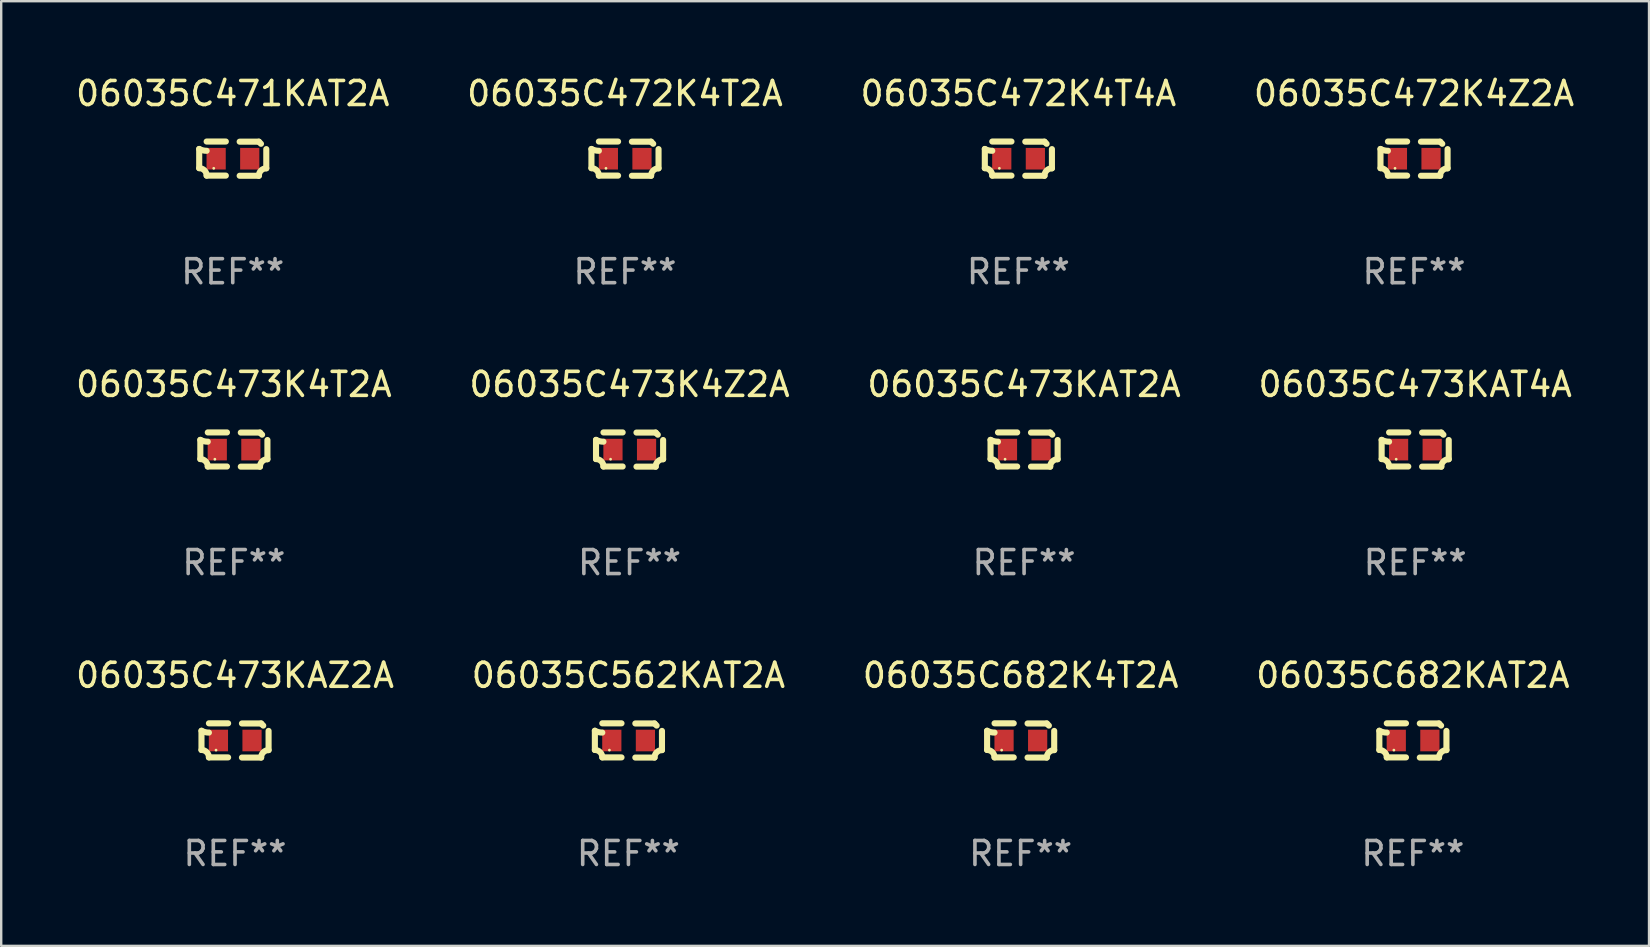
<source format=kicad_pcb>
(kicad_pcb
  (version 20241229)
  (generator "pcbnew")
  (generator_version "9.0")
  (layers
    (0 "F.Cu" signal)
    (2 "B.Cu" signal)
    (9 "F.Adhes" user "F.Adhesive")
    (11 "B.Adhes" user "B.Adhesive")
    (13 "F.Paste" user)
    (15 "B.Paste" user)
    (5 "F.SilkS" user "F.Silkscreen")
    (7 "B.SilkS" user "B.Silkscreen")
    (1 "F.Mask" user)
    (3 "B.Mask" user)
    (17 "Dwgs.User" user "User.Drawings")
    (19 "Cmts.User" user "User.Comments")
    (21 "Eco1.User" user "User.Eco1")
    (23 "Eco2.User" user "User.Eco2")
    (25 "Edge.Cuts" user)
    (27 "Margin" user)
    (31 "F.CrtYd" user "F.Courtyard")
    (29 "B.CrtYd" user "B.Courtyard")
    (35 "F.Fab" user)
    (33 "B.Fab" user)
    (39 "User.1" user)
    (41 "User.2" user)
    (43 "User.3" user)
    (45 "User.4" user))
  (footprint "06035C471KAT2A"
    (layer "F.Cu")
    (at 6.649 3.561)
    (property "Reference" "06035C471KAT2A" (at 0 -2.713 0) (layer "F.SilkS") (effects (font (size 1 1) (thickness 0.15))))
    (attr through_hole)
    (fp_line (start -1.398 -0.403) (end -1.398 0.397) (stroke (width 0.254) (type solid)) (layer "F.SilkS"))
    (fp_line (start -0.288 -0.713) (end -1.088 -0.713) (stroke (width 0.254) (type solid)) (layer "F.SilkS"))
    (fp_line (start -0.288 0.707) (end -1.088 0.707) (stroke (width 0.254) (type solid)) (layer "F.SilkS"))
    (fp_line (start 0.288 -0.707) (end 1.088 -0.707) (stroke (width 0.254) (type solid)) (layer "F.SilkS"))
    (fp_line (start 0.288 0.713) (end 1.088 0.713) (stroke (width 0.254) (type solid)) (layer "F.SilkS"))
    (fp_line (start 1.398 -0.397) (end 1.398 0.403) (stroke (width 0.254) (type solid)) (layer "F.SilkS"))
    (fp_arc (start -1.397789 0.397066) (mid -1.178701 0.487826) (end -1.08796 0.706922) (stroke (width 0.254001) (type solid)) (layer "F.SilkS"))
    (fp_arc (start -1.08796 -0.327176) (mid -1.247436 -0.346384) (end -1.39779 -0.402908) (stroke (width 0.254001) (type solid)) (layer "F.SilkS"))
    (fp_arc (start 1.087909 0.712738) (mid 1.178656 0.493655) (end 1.397739 0.402908) (stroke (width 0.254001) (type solid)) (layer "F.SilkS"))
    (fp_arc (start 1.175925 -0.618926) (mid 1.131917 -0.662923) (end 1.08791 -0.706922) (stroke (width 0.254001) (type solid)) (layer "F.SilkS"))
    (fp_circle (center -0.792 0.403) (end -0.762 0.403) (stroke (width 0.06) (type solid)) (fill no) (layer "F.SilkS"))
    (fp_text user "REF**" (at 0 4.713 0) (layer "F.Fab") (effects (font (size 1 1) (thickness 0.15))))
    (pad "1" smd rect (at -0.692 0.003) (size 0.8 0.9) (layers "F.Cu" "F.Mask" "F.Paste"))
    (pad "2" smd rect (at 0.708 0.003) (size 0.8 0.9) (layers "F.Cu" "F.Mask" "F.Paste")))
  (footprint "06035C472K4T4A"
    (layer "F.Cu")
    (at 39.387 3.561)
    (property "Reference" "06035C472K4T4A" (at 0 -2.713 0) (layer "F.SilkS") (effects (font (size 1 1) (thickness 0.15))))
    (attr through_hole)
    (fp_line (start -1.398 -0.403) (end -1.398 0.397) (stroke (width 0.254) (type solid)) (layer "F.SilkS"))
    (fp_line (start -0.288 -0.713) (end -1.088 -0.713) (stroke (width 0.254) (type solid)) (layer "F.SilkS"))
    (fp_line (start -0.288 0.707) (end -1.088 0.707) (stroke (width 0.254) (type solid)) (layer "F.SilkS"))
    (fp_line (start 0.288 -0.707) (end 1.088 -0.707) (stroke (width 0.254) (type solid)) (layer "F.SilkS"))
    (fp_line (start 0.288 0.713) (end 1.088 0.713) (stroke (width 0.254) (type solid)) (layer "F.SilkS"))
    (fp_line (start 1.398 -0.397) (end 1.398 0.403) (stroke (width 0.254) (type solid)) (layer "F.SilkS"))
    (fp_arc (start -1.397789 0.397066) (mid -1.178701 0.487826) (end -1.08796 0.706922) (stroke (width 0.254001) (type solid)) (layer "F.SilkS"))
    (fp_arc (start -1.08796 -0.327176) (mid -1.247436 -0.346384) (end -1.39779 -0.402908) (stroke (width 0.254001) (type solid)) (layer "F.SilkS"))
    (fp_arc (start 1.087909 0.712738) (mid 1.178656 0.493655) (end 1.397739 0.402908) (stroke (width 0.254001) (type solid)) (layer "F.SilkS"))
    (fp_arc (start 1.175925 -0.618926) (mid 1.131917 -0.662923) (end 1.08791 -0.706922) (stroke (width 0.254001) (type solid)) (layer "F.SilkS"))
    (fp_circle (center -0.792 0.403) (end -0.762 0.403) (stroke (width 0.06) (type solid)) (fill no) (layer "F.SilkS"))
    (fp_text user "REF**" (at 0 4.713 0) (layer "F.Fab") (effects (font (size 1 1) (thickness 0.15))))
    (pad "1" smd rect (at -0.692 0.003) (size 0.8 0.9) (layers "F.Cu" "F.Mask" "F.Paste"))
    (pad "2" smd rect (at 0.708 0.003) (size 0.8 0.9) (layers "F.Cu" "F.Mask" "F.Paste")))
  (footprint "06035C472K4T2A"
    (layer "F.Cu")
    (at 22.994 3.561)
    (property "Reference" "06035C472K4T2A" (at 0 -2.713 0) (layer "F.SilkS") (effects (font (size 1 1) (thickness 0.15))))
    (attr through_hole)
    (fp_line (start -1.398 -0.403) (end -1.398 0.397) (stroke (width 0.254) (type solid)) (layer "F.SilkS"))
    (fp_line (start -0.288 -0.713) (end -1.088 -0.713) (stroke (width 0.254) (type solid)) (layer "F.SilkS"))
    (fp_line (start -0.288 0.707) (end -1.088 0.707) (stroke (width 0.254) (type solid)) (layer "F.SilkS"))
    (fp_line (start 0.288 -0.707) (end 1.088 -0.707) (stroke (width 0.254) (type solid)) (layer "F.SilkS"))
    (fp_line (start 0.288 0.713) (end 1.088 0.713) (stroke (width 0.254) (type solid)) (layer "F.SilkS"))
    (fp_line (start 1.398 -0.397) (end 1.398 0.403) (stroke (width 0.254) (type solid)) (layer "F.SilkS"))
    (fp_arc (start -1.397789 0.397066) (mid -1.178701 0.487826) (end -1.08796 0.706922) (stroke (width 0.254001) (type solid)) (layer "F.SilkS"))
    (fp_arc (start -1.08796 -0.327176) (mid -1.247436 -0.346384) (end -1.39779 -0.402908) (stroke (width 0.254001) (type solid)) (layer "F.SilkS"))
    (fp_arc (start 1.087909 0.712738) (mid 1.178656 0.493655) (end 1.397739 0.402908) (stroke (width 0.254001) (type solid)) (layer "F.SilkS"))
    (fp_arc (start 1.175925 -0.618926) (mid 1.131917 -0.662923) (end 1.08791 -0.706922) (stroke (width 0.254001) (type solid)) (layer "F.SilkS"))
    (fp_circle (center -0.792 0.403) (end -0.762 0.403) (stroke (width 0.06) (type solid)) (fill no) (layer "F.SilkS"))
    (fp_text user "REF**" (at 0 4.713 0) (layer "F.Fab") (effects (font (size 1 1) (thickness 0.15))))
    (pad "1" smd rect (at -0.692 0.003) (size 0.8 0.9) (layers "F.Cu" "F.Mask" "F.Paste"))
    (pad "2" smd rect (at 0.708 0.003) (size 0.8 0.9) (layers "F.Cu" "F.Mask" "F.Paste")))
  (footprint "06035C473K4T2A"
    (layer "F.Cu")
    (at 6.696 15.683)
    (property "Reference" "06035C473K4T2A" (at 0 -2.713 0) (layer "F.SilkS") (effects (font (size 1 1) (thickness 0.15))))
    (attr through_hole)
    (fp_line (start -1.398 -0.403) (end -1.398 0.397) (stroke (width 0.254) (type solid)) (layer "F.SilkS"))
    (fp_line (start -0.288 -0.713) (end -1.088 -0.713) (stroke (width 0.254) (type solid)) (layer "F.SilkS"))
    (fp_line (start -0.288 0.707) (end -1.088 0.707) (stroke (width 0.254) (type solid)) (layer "F.SilkS"))
    (fp_line (start 0.288 -0.707) (end 1.088 -0.707) (stroke (width 0.254) (type solid)) (layer "F.SilkS"))
    (fp_line (start 0.288 0.713) (end 1.088 0.713) (stroke (width 0.254) (type solid)) (layer "F.SilkS"))
    (fp_line (start 1.398 -0.397) (end 1.398 0.403) (stroke (width 0.254) (type solid)) (layer "F.SilkS"))
    (fp_arc (start -1.397789 0.397066) (mid -1.178701 0.487826) (end -1.08796 0.706922) (stroke (width 0.254001) (type solid)) (layer "F.SilkS"))
    (fp_arc (start -1.08796 -0.327176) (mid -1.247436 -0.346384) (end -1.39779 -0.402908) (stroke (width 0.254001) (type solid)) (layer "F.SilkS"))
    (fp_arc (start 1.087909 0.712738) (mid 1.178656 0.493655) (end 1.397739 0.402908) (stroke (width 0.254001) (type solid)) (layer "F.SilkS"))
    (fp_arc (start 1.175925 -0.618926) (mid 1.131917 -0.662923) (end 1.08791 -0.706922) (stroke (width 0.254001) (type solid)) (layer "F.SilkS"))
    (fp_circle (center -0.792 0.403) (end -0.762 0.403) (stroke (width 0.06) (type solid)) (fill no) (layer "F.SilkS"))
    (fp_text user "REF**" (at 0 4.713 0) (layer "F.Fab") (effects (font (size 1 1) (thickness 0.15))))
    (pad "1" smd rect (at -0.692 0.003) (size 0.8 0.9) (layers "F.Cu" "F.Mask" "F.Paste"))
    (pad "2" smd rect (at 0.708 0.003) (size 0.8 0.9) (layers "F.Cu" "F.Mask" "F.Paste")))
  (footprint "06035C473K4Z2A"
    (layer "F.Cu")
    (at 23.185 15.683)
    (property "Reference" "06035C473K4Z2A" (at 0 -2.713 0) (layer "F.SilkS") (effects (font (size 1 1) (thickness 0.15))))
    (attr through_hole)
    (fp_line (start -1.398 -0.403) (end -1.398 0.397) (stroke (width 0.254) (type solid)) (layer "F.SilkS"))
    (fp_line (start -0.288 -0.713) (end -1.088 -0.713) (stroke (width 0.254) (type solid)) (layer "F.SilkS"))
    (fp_line (start -0.288 0.707) (end -1.088 0.707) (stroke (width 0.254) (type solid)) (layer "F.SilkS"))
    (fp_line (start 0.288 -0.707) (end 1.088 -0.707) (stroke (width 0.254) (type solid)) (layer "F.SilkS"))
    (fp_line (start 0.288 0.713) (end 1.088 0.713) (stroke (width 0.254) (type solid)) (layer "F.SilkS"))
    (fp_line (start 1.398 -0.397) (end 1.398 0.403) (stroke (width 0.254) (type solid)) (layer "F.SilkS"))
    (fp_arc (start -1.397789 0.397066) (mid -1.178701 0.487826) (end -1.08796 0.706922) (stroke (width 0.254001) (type solid)) (layer "F.SilkS"))
    (fp_arc (start -1.08796 -0.327176) (mid -1.247436 -0.346384) (end -1.39779 -0.402908) (stroke (width 0.254001) (type solid)) (layer "F.SilkS"))
    (fp_arc (start 1.087909 0.712738) (mid 1.178656 0.493655) (end 1.397739 0.402908) (stroke (width 0.254001) (type solid)) (layer "F.SilkS"))
    (fp_arc (start 1.175925 -0.618926) (mid 1.131917 -0.662923) (end 1.08791 -0.706922) (stroke (width 0.254001) (type solid)) (layer "F.SilkS"))
    (fp_circle (center -0.792 0.403) (end -0.762 0.403) (stroke (width 0.06) (type solid)) (fill no) (layer "F.SilkS"))
    (fp_text user "REF**" (at 0 4.713 0) (layer "F.Fab") (effects (font (size 1 1) (thickness 0.15))))
    (pad "1" smd rect (at -0.692 0.003) (size 0.8 0.9) (layers "F.Cu" "F.Mask" "F.Paste"))
    (pad "2" smd rect (at 0.708 0.003) (size 0.8 0.9) (layers "F.Cu" "F.Mask" "F.Paste")))
  (footprint "06035C682KAT2A"
    (layer "F.Cu")
    (at 55.827 27.805)
    (property "Reference" "06035C682KAT2A" (at 0 -2.713 0) (layer "F.SilkS") (effects (font (size 1 1) (thickness 0.15))))
    (attr through_hole)
    (fp_line (start -1.398 -0.403) (end -1.398 0.397) (stroke (width 0.254) (type solid)) (layer "F.SilkS"))
    (fp_line (start -0.288 -0.713) (end -1.088 -0.713) (stroke (width 0.254) (type solid)) (layer "F.SilkS"))
    (fp_line (start -0.288 0.707) (end -1.088 0.707) (stroke (width 0.254) (type solid)) (layer "F.SilkS"))
    (fp_line (start 0.288 -0.707) (end 1.088 -0.707) (stroke (width 0.254) (type solid)) (layer "F.SilkS"))
    (fp_line (start 0.288 0.713) (end 1.088 0.713) (stroke (width 0.254) (type solid)) (layer "F.SilkS"))
    (fp_line (start 1.398 -0.397) (end 1.398 0.403) (stroke (width 0.254) (type solid)) (layer "F.SilkS"))
    (fp_arc (start -1.397789 0.397066) (mid -1.178701 0.487826) (end -1.08796 0.706922) (stroke (width 0.254001) (type solid)) (layer "F.SilkS"))
    (fp_arc (start -1.08796 -0.327176) (mid -1.247436 -0.346384) (end -1.39779 -0.402908) (stroke (width 0.254001) (type solid)) (layer "F.SilkS"))
    (fp_arc (start 1.087909 0.712738) (mid 1.178656 0.493655) (end 1.397739 0.402908) (stroke (width 0.254001) (type solid)) (layer "F.SilkS"))
    (fp_arc (start 1.175925 -0.618926) (mid 1.131917 -0.662923) (end 1.08791 -0.706922) (stroke (width 0.254001) (type solid)) (layer "F.SilkS"))
    (fp_circle (center -0.792 0.403) (end -0.762 0.403) (stroke (width 0.06) (type solid)) (fill no) (layer "F.SilkS"))
    (fp_text user "REF**" (at 0 4.713 0) (layer "F.Fab") (effects (font (size 1 1) (thickness 0.15))))
    (pad "1" smd rect (at -0.692 0.003) (size 0.8 0.9) (layers "F.Cu" "F.Mask" "F.Paste"))
    (pad "2" smd rect (at 0.708 0.003) (size 0.8 0.9) (layers "F.Cu" "F.Mask" "F.Paste")))
  (footprint "06035C472K4Z2A"
    (layer "F.Cu")
    (at 55.875 3.561)
    (property "Reference" "06035C472K4Z2A" (at 0 -2.713 0) (layer "F.SilkS") (effects (font (size 1 1) (thickness 0.15))))
    (attr through_hole)
    (fp_line (start -1.398 -0.403) (end -1.398 0.397) (stroke (width 0.254) (type solid)) (layer "F.SilkS"))
    (fp_line (start -0.288 -0.713) (end -1.088 -0.713) (stroke (width 0.254) (type solid)) (layer "F.SilkS"))
    (fp_line (start -0.288 0.707) (end -1.088 0.707) (stroke (width 0.254) (type solid)) (layer "F.SilkS"))
    (fp_line (start 0.288 -0.707) (end 1.088 -0.707) (stroke (width 0.254) (type solid)) (layer "F.SilkS"))
    (fp_line (start 0.288 0.713) (end 1.088 0.713) (stroke (width 0.254) (type solid)) (layer "F.SilkS"))
    (fp_line (start 1.398 -0.397) (end 1.398 0.403) (stroke (width 0.254) (type solid)) (layer "F.SilkS"))
    (fp_arc (start -1.397789 0.397066) (mid -1.178701 0.487826) (end -1.08796 0.706922) (stroke (width 0.254001) (type solid)) (layer "F.SilkS"))
    (fp_arc (start -1.08796 -0.327176) (mid -1.247436 -0.346384) (end -1.39779 -0.402908) (stroke (width 0.254001) (type solid)) (layer "F.SilkS"))
    (fp_arc (start 1.087909 0.712738) (mid 1.178656 0.493655) (end 1.397739 0.402908) (stroke (width 0.254001) (type solid)) (layer "F.SilkS"))
    (fp_arc (start 1.175925 -0.618926) (mid 1.131917 -0.662923) (end 1.08791 -0.706922) (stroke (width 0.254001) (type solid)) (layer "F.SilkS"))
    (fp_circle (center -0.792 0.403) (end -0.762 0.403) (stroke (width 0.06) (type solid)) (fill no) (layer "F.SilkS"))
    (fp_text user "REF**" (at 0 4.713 0) (layer "F.Fab") (effects (font (size 1 1) (thickness 0.15))))
    (pad "1" smd rect (at -0.692 0.003) (size 0.8 0.9) (layers "F.Cu" "F.Mask" "F.Paste"))
    (pad "2" smd rect (at 0.708 0.003) (size 0.8 0.9) (layers "F.Cu" "F.Mask" "F.Paste")))
  (footprint "06035C473KAZ2A"
    (layer "F.Cu")
    (at 6.744 27.805)
    (property "Reference" "06035C473KAZ2A" (at 0 -2.713 0) (layer "F.SilkS") (effects (font (size 1 1) (thickness 0.15))))
    (attr through_hole)
    (fp_line (start -1.398 -0.403) (end -1.398 0.397) (stroke (width 0.254) (type solid)) (layer "F.SilkS"))
    (fp_line (start -0.288 -0.713) (end -1.088 -0.713) (stroke (width 0.254) (type solid)) (layer "F.SilkS"))
    (fp_line (start -0.288 0.707) (end -1.088 0.707) (stroke (width 0.254) (type solid)) (layer "F.SilkS"))
    (fp_line (start 0.288 -0.707) (end 1.088 -0.707) (stroke (width 0.254) (type solid)) (layer "F.SilkS"))
    (fp_line (start 0.288 0.713) (end 1.088 0.713) (stroke (width 0.254) (type solid)) (layer "F.SilkS"))
    (fp_line (start 1.398 -0.397) (end 1.398 0.403) (stroke (width 0.254) (type solid)) (layer "F.SilkS"))
    (fp_arc (start -1.397789 0.397066) (mid -1.178701 0.487826) (end -1.08796 0.706922) (stroke (width 0.254001) (type solid)) (layer "F.SilkS"))
    (fp_arc (start -1.08796 -0.327176) (mid -1.247436 -0.346384) (end -1.39779 -0.402908) (stroke (width 0.254001) (type solid)) (layer "F.SilkS"))
    (fp_arc (start 1.087909 0.712738) (mid 1.178656 0.493655) (end 1.397739 0.402908) (stroke (width 0.254001) (type solid)) (layer "F.SilkS"))
    (fp_arc (start 1.175925 -0.618926) (mid 1.131917 -0.662923) (end 1.08791 -0.706922) (stroke (width 0.254001) (type solid)) (layer "F.SilkS"))
    (fp_circle (center -0.792 0.403) (end -0.762 0.403) (stroke (width 0.06) (type solid)) (fill no) (layer "F.SilkS"))
    (fp_text user "REF**" (at 0 4.713 0) (layer "F.Fab") (effects (font (size 1 1) (thickness 0.15))))
    (pad "1" smd rect (at -0.692 0.003) (size 0.8 0.9) (layers "F.Cu" "F.Mask" "F.Paste"))
    (pad "2" smd rect (at 0.708 0.003) (size 0.8 0.9) (layers "F.Cu" "F.Mask" "F.Paste")))
  (footprint "06035C473KAT2A"
    (layer "F.Cu")
    (at 39.625 15.683)
    (property "Reference" "06035C473KAT2A" (at 0 -2.713 0) (layer "F.SilkS") (effects (font (size 1 1) (thickness 0.15))))
    (attr through_hole)
    (fp_line (start -1.398 -0.403) (end -1.398 0.397) (stroke (width 0.254) (type solid)) (layer "F.SilkS"))
    (fp_line (start -0.288 -0.713) (end -1.088 -0.713) (stroke (width 0.254) (type solid)) (layer "F.SilkS"))
    (fp_line (start -0.288 0.707) (end -1.088 0.707) (stroke (width 0.254) (type solid)) (layer "F.SilkS"))
    (fp_line (start 0.288 -0.707) (end 1.088 -0.707) (stroke (width 0.254) (type solid)) (layer "F.SilkS"))
    (fp_line (start 0.288 0.713) (end 1.088 0.713) (stroke (width 0.254) (type solid)) (layer "F.SilkS"))
    (fp_line (start 1.398 -0.397) (end 1.398 0.403) (stroke (width 0.254) (type solid)) (layer "F.SilkS"))
    (fp_arc (start -1.397789 0.397066) (mid -1.178701 0.487826) (end -1.08796 0.706922) (stroke (width 0.254001) (type solid)) (layer "F.SilkS"))
    (fp_arc (start -1.08796 -0.327176) (mid -1.247436 -0.346384) (end -1.39779 -0.402908) (stroke (width 0.254001) (type solid)) (layer "F.SilkS"))
    (fp_arc (start 1.087909 0.712738) (mid 1.178656 0.493655) (end 1.397739 0.402908) (stroke (width 0.254001) (type solid)) (layer "F.SilkS"))
    (fp_arc (start 1.175925 -0.618926) (mid 1.131917 -0.662923) (end 1.08791 -0.706922) (stroke (width 0.254001) (type solid)) (layer "F.SilkS"))
    (fp_circle (center -0.792 0.403) (end -0.762 0.403) (stroke (width 0.06) (type solid)) (fill no) (layer "F.SilkS"))
    (fp_text user "REF**" (at 0 4.713 0) (layer "F.Fab") (effects (font (size 1 1) (thickness 0.15))))
    (pad "1" smd rect (at -0.692 0.003) (size 0.8 0.9) (layers "F.Cu" "F.Mask" "F.Paste"))
    (pad "2" smd rect (at 0.708 0.003) (size 0.8 0.9) (layers "F.Cu" "F.Mask" "F.Paste")))
  (footprint "06035C473KAT4A"
    (layer "F.Cu")
    (at 55.923 15.683)
    (property "Reference" "06035C473KAT4A" (at 0 -2.713 0) (layer "F.SilkS") (effects (font (size 1 1) (thickness 0.15))))
    (attr through_hole)
    (fp_line (start -1.398 -0.403) (end -1.398 0.397) (stroke (width 0.254) (type solid)) (layer "F.SilkS"))
    (fp_line (start -0.288 -0.713) (end -1.088 -0.713) (stroke (width 0.254) (type solid)) (layer "F.SilkS"))
    (fp_line (start -0.288 0.707) (end -1.088 0.707) (stroke (width 0.254) (type solid)) (layer "F.SilkS"))
    (fp_line (start 0.288 -0.707) (end 1.088 -0.707) (stroke (width 0.254) (type solid)) (layer "F.SilkS"))
    (fp_line (start 0.288 0.713) (end 1.088 0.713) (stroke (width 0.254) (type solid)) (layer "F.SilkS"))
    (fp_line (start 1.398 -0.397) (end 1.398 0.403) (stroke (width 0.254) (type solid)) (layer "F.SilkS"))
    (fp_arc (start -1.397789 0.397066) (mid -1.178701 0.487826) (end -1.08796 0.706922) (stroke (width 0.254001) (type solid)) (layer "F.SilkS"))
    (fp_arc (start -1.08796 -0.327176) (mid -1.247436 -0.346384) (end -1.39779 -0.402908) (stroke (width 0.254001) (type solid)) (layer "F.SilkS"))
    (fp_arc (start 1.087909 0.712738) (mid 1.178656 0.493655) (end 1.397739 0.402908) (stroke (width 0.254001) (type solid)) (layer "F.SilkS"))
    (fp_arc (start 1.175925 -0.618926) (mid 1.131917 -0.662923) (end 1.08791 -0.706922) (stroke (width 0.254001) (type solid)) (layer "F.SilkS"))
    (fp_circle (center -0.792 0.403) (end -0.762 0.403) (stroke (width 0.06) (type solid)) (fill no) (layer "F.SilkS"))
    (fp_text user "REF**" (at 0 4.713 0) (layer "F.Fab") (effects (font (size 1 1) (thickness 0.15))))
    (pad "1" smd rect (at -0.692 0.003) (size 0.8 0.9) (layers "F.Cu" "F.Mask" "F.Paste"))
    (pad "2" smd rect (at 0.708 0.003) (size 0.8 0.9) (layers "F.Cu" "F.Mask" "F.Paste")))
  (footprint "06035C562KAT2A"
    (layer "F.Cu")
    (at 23.137 27.805)
    (property "Reference" "06035C562KAT2A" (at 0 -2.713 0) (layer "F.SilkS") (effects (font (size 1 1) (thickness 0.15))))
    (attr through_hole)
    (fp_line (start -1.398 -0.403) (end -1.398 0.397) (stroke (width 0.254) (type solid)) (layer "F.SilkS"))
    (fp_line (start -0.288 -0.713) (end -1.088 -0.713) (stroke (width 0.254) (type solid)) (layer "F.SilkS"))
    (fp_line (start -0.288 0.707) (end -1.088 0.707) (stroke (width 0.254) (type solid)) (layer "F.SilkS"))
    (fp_line (start 0.288 -0.707) (end 1.088 -0.707) (stroke (width 0.254) (type solid)) (layer "F.SilkS"))
    (fp_line (start 0.288 0.713) (end 1.088 0.713) (stroke (width 0.254) (type solid)) (layer "F.SilkS"))
    (fp_line (start 1.398 -0.397) (end 1.398 0.403) (stroke (width 0.254) (type solid)) (layer "F.SilkS"))
    (fp_arc (start -1.397789 0.397066) (mid -1.178701 0.487826) (end -1.08796 0.706922) (stroke (width 0.254001) (type solid)) (layer "F.SilkS"))
    (fp_arc (start -1.08796 -0.327176) (mid -1.247436 -0.346384) (end -1.39779 -0.402908) (stroke (width 0.254001) (type solid)) (layer "F.SilkS"))
    (fp_arc (start 1.087909 0.712738) (mid 1.178656 0.493655) (end 1.397739 0.402908) (stroke (width 0.254001) (type solid)) (layer "F.SilkS"))
    (fp_arc (start 1.175925 -0.618926) (mid 1.131917 -0.662923) (end 1.08791 -0.706922) (stroke (width 0.254001) (type solid)) (layer "F.SilkS"))
    (fp_circle (center -0.792 0.403) (end -0.762 0.403) (stroke (width 0.06) (type solid)) (fill no) (layer "F.SilkS"))
    (fp_text user "REF**" (at 0 4.713 0) (layer "F.Fab") (effects (font (size 1 1) (thickness 0.15))))
    (pad "1" smd rect (at -0.692 0.003) (size 0.8 0.9) (layers "F.Cu" "F.Mask" "F.Paste"))
    (pad "2" smd rect (at 0.708 0.003) (size 0.8 0.9) (layers "F.Cu" "F.Mask" "F.Paste")))
  (footprint "06035C682K4T2A"
    (layer "F.Cu")
    (at 39.482 27.805)
    (property "Reference" "06035C682K4T2A" (at 0 -2.713 0) (layer "F.SilkS") (effects (font (size 1 1) (thickness 0.15))))
    (attr through_hole)
    (fp_line (start -1.398 -0.403) (end -1.398 0.397) (stroke (width 0.254) (type solid)) (layer "F.SilkS"))
    (fp_line (start -0.288 -0.713) (end -1.088 -0.713) (stroke (width 0.254) (type solid)) (layer "F.SilkS"))
    (fp_line (start -0.288 0.707) (end -1.088 0.707) (stroke (width 0.254) (type solid)) (layer "F.SilkS"))
    (fp_line (start 0.288 -0.707) (end 1.088 -0.707) (stroke (width 0.254) (type solid)) (layer "F.SilkS"))
    (fp_line (start 0.288 0.713) (end 1.088 0.713) (stroke (width 0.254) (type solid)) (layer "F.SilkS"))
    (fp_line (start 1.398 -0.397) (end 1.398 0.403) (stroke (width 0.254) (type solid)) (layer "F.SilkS"))
    (fp_arc (start -1.397789 0.397066) (mid -1.178701 0.487826) (end -1.08796 0.706922) (stroke (width 0.254001) (type solid)) (layer "F.SilkS"))
    (fp_arc (start -1.08796 -0.327176) (mid -1.247436 -0.346384) (end -1.39779 -0.402908) (stroke (width 0.254001) (type solid)) (layer "F.SilkS"))
    (fp_arc (start 1.087909 0.712738) (mid 1.178656 0.493655) (end 1.397739 0.402908) (stroke (width 0.254001) (type solid)) (layer "F.SilkS"))
    (fp_arc (start 1.175925 -0.618926) (mid 1.131917 -0.662923) (end 1.08791 -0.706922) (stroke (width 0.254001) (type solid)) (layer "F.SilkS"))
    (fp_circle (center -0.792 0.403) (end -0.762 0.403) (stroke (width 0.06) (type solid)) (fill no) (layer "F.SilkS"))
    (fp_text user "REF**" (at 0 4.713 0) (layer "F.Fab") (effects (font (size 1 1) (thickness 0.15))))
    (pad "1" smd rect (at -0.692 0.003) (size 0.8 0.9) (layers "F.Cu" "F.Mask" "F.Paste"))
    (pad "2" smd rect (at 0.708 0.003) (size 0.8 0.9) (layers "F.Cu" "F.Mask" "F.Paste")))
  (gr_rect
    (start -3 -3)
    (end 65.667 36.366)
    (stroke (width 0.1) (type default))
    (fill no)
    (layer "Edge.Cuts")))
</source>
